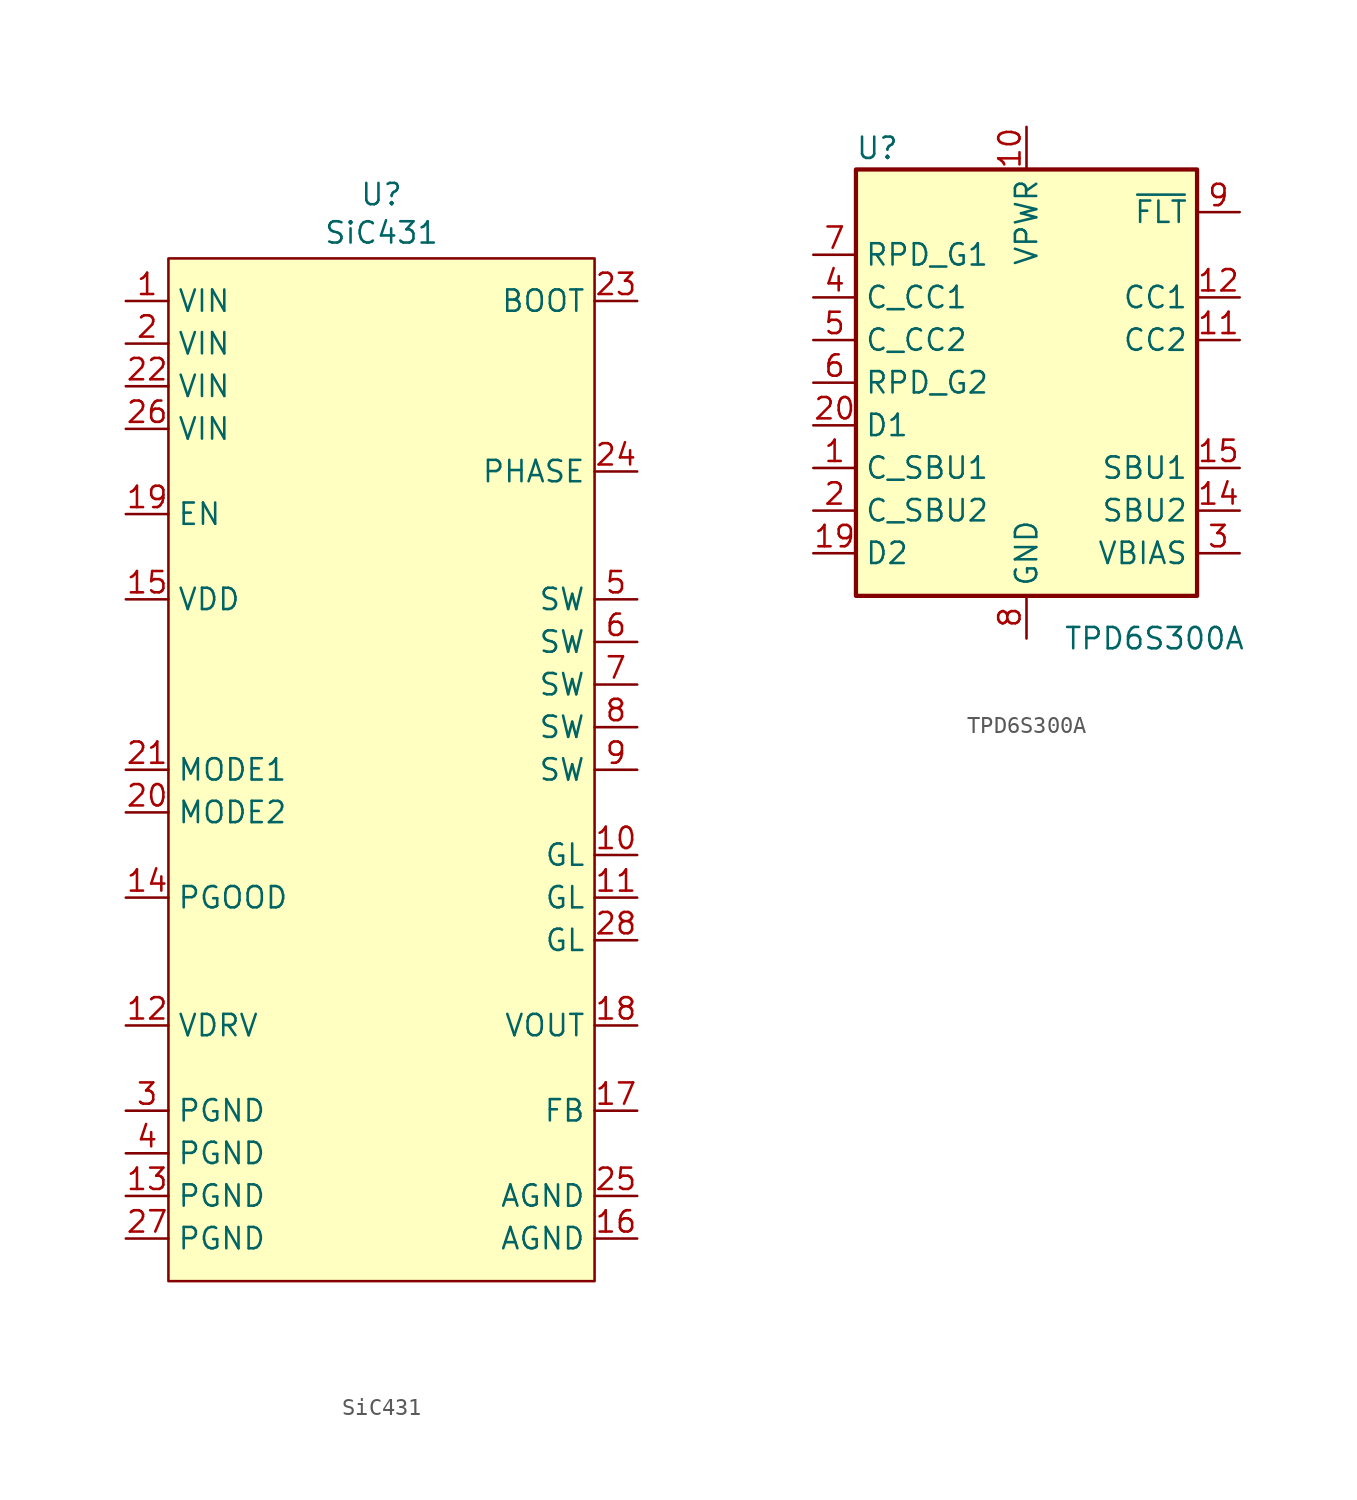
<source format=kicad_sym>
(kicad_symbol_lib
  (version 20231120)
  (generator "kicad_symbol_editor")
  (generator_version "8.0")
  (symbol "SiC431"
    (property "Reference" "U"
      (at 0 34.29 0)
      (effects (font (size 1.27 1.27))))
    (property "Value" "SiC431"
      (at 0 32.004 0)
      (effects (font (size 1.27 1.27))))
    (symbol "SiC431_0_1"
      (rectangle (start -12.7 30.48) (end 12.7 -30.48) (stroke (width 0) (type default)) (fill (type background))))
    (symbol "SiC431_1_1"
      (pin power_in line (at -15.24 27.94 0) (length 2.54) (name "VIN" (effects (font (size 1.27 1.27)))) (number "1" (effects (font (size 1.27 1.27)))))
      (pin unspecified line (at 15.24 -5.08 180) (length 2.54) (name "GL" (effects (font (size 1.27 1.27)))) (number "10" (effects (font (size 1.27 1.27)))))
      (pin unspecified line (at 15.24 -7.62 180) (length 2.54) (name "GL" (effects (font (size 1.27 1.27)))) (number "11" (effects (font (size 1.27 1.27)))))
      (pin passive line (at -15.24 -15.24 0) (length 2.54) (name "VDRV" (effects (font (size 1.27 1.27)))) (number "12" (effects (font (size 1.27 1.27)))))
      (pin power_in line (at -15.24 -25.4 0) (length 2.54) (name "PGND" (effects (font (size 1.27 1.27)))) (number "13" (effects (font (size 1.27 1.27)))))
      (pin open_collector line (at -15.24 -7.62 0) (length 2.54) (name "PGOOD" (effects (font (size 1.27 1.27)))) (number "14" (effects (font (size 1.27 1.27)))))
      (pin power_out line (at -15.24 10.16 0) (length 2.54) (name "VDD" (effects (font (size 1.27 1.27)))) (number "15" (effects (font (size 1.27 1.27)))))
      (pin power_in line (at 15.24 -27.94 180) (length 2.54) (name "AGND" (effects (font (size 1.27 1.27)))) (number "16" (effects (font (size 1.27 1.27)))))
      (pin input line (at 15.24 -20.32 180) (length 2.54) (name "FB" (effects (font (size 1.27 1.27)))) (number "17" (effects (font (size 1.27 1.27)))))
      (pin input line (at 15.24 -15.24 180) (length 2.54) (name "VOUT" (effects (font (size 1.27 1.27)))) (number "18" (effects (font (size 1.27 1.27)))))
      (pin input line (at -15.24 15.24 0) (length 2.54) (name "EN" (effects (font (size 1.27 1.27)))) (number "19" (effects (font (size 1.27 1.27)))))
      (pin power_in line (at -15.24 25.4 0) (length 2.54) (name "VIN" (effects (font (size 1.27 1.27)))) (number "2" (effects (font (size 1.27 1.27)))))
      (pin passive line (at -15.24 -2.54 0) (length 2.54) (name "MODE2" (effects (font (size 1.27 1.27)))) (number "20" (effects (font (size 1.27 1.27)))))
      (pin passive line (at -15.24 0 0) (length 2.54) (name "MODE1" (effects (font (size 1.27 1.27)))) (number "21" (effects (font (size 1.27 1.27)))))
      (pin power_in line (at -15.24 22.86 0) (length 2.54) (name "VIN" (effects (font (size 1.27 1.27)))) (number "22" (effects (font (size 1.27 1.27)))))
      (pin passive line (at 15.24 27.94 180) (length 2.54) (name "BOOT" (effects (font (size 1.27 1.27)))) (number "23" (effects (font (size 1.27 1.27)))))
      (pin passive line (at 15.24 17.78 180) (length 2.54) (name "PHASE" (effects (font (size 1.27 1.27)))) (number "24" (effects (font (size 1.27 1.27)))))
      (pin power_in line (at 15.24 -25.4 180) (length 2.54) (name "AGND" (effects (font (size 1.27 1.27)))) (number "25" (effects (font (size 1.27 1.27)))))
      (pin power_in line (at -15.24 20.32 0) (length 2.54) (name "VIN" (effects (font (size 1.27 1.27)))) (number "26" (effects (font (size 1.27 1.27)))))
      (pin power_in line (at -15.24 -27.94 0) (length 2.54) (name "PGND" (effects (font (size 1.27 1.27)))) (number "27" (effects (font (size 1.27 1.27)))))
      (pin unspecified line (at 15.24 -10.16 180) (length 2.54) (name "GL" (effects (font (size 1.27 1.27)))) (number "28" (effects (font (size 1.27 1.27)))))
      (pin power_in line (at -15.24 -20.32 0) (length 2.54) (name "PGND" (effects (font (size 1.27 1.27)))) (number "3" (effects (font (size 1.27 1.27)))))
      (pin power_in line (at -15.24 -22.86 0) (length 2.54) (name "PGND" (effects (font (size 1.27 1.27)))) (number "4" (effects (font (size 1.27 1.27)))))
      (pin power_out line (at 15.24 10.16 180) (length 2.54) (name "SW" (effects (font (size 1.27 1.27)))) (number "5" (effects (font (size 1.27 1.27)))))
      (pin power_out line (at 15.24 7.62 180) (length 2.54) (name "SW" (effects (font (size 1.27 1.27)))) (number "6" (effects (font (size 1.27 1.27)))))
      (pin power_out line (at 15.24 5.08 180) (length 2.54) (name "SW" (effects (font (size 1.27 1.27)))) (number "7" (effects (font (size 1.27 1.27)))))
      (pin power_out line (at 15.24 2.54 180) (length 2.54) (name "SW" (effects (font (size 1.27 1.27)))) (number "8" (effects (font (size 1.27 1.27)))))
      (pin power_out line (at 15.24 0 180) (length 2.54) (name "SW" (effects (font (size 1.27 1.27)))) (number "9" (effects (font (size 1.27 1.27)))))))
  (symbol "TPD6S300A"
    (property "Reference" "U"
      (at -8.89 13.97 0)
      (effects (font (size 1.27 1.27))))
    (property "Value" "TPD6S300A"
      (at 7.62 -15.24 0)
      (effects (font (size 1.27 1.27))))
    (symbol "TPD6S300A_0_1"
      (rectangle (start -10.16 12.7) (end 10.16 -12.7) (stroke (width 0.254) (type solid)) (fill (type background))))
    (symbol "TPD6S300A_1_1"
      (pin bidirectional line (at -12.7 -5.08 0) (length 2.54) (name "C_SBU1" (effects (font (size 1.27 1.27)))) (number "1" (effects (font (size 1.27 1.27)))))
      (pin power_in line (at 0 15.24 270) (length 2.54) (name "VPWR" (effects (font (size 1.27 1.27)))) (number "10" (effects (font (size 1.27 1.27)))))
      (pin bidirectional line (at 12.7 2.54 180) (length 2.54) (name "CC2" (effects (font (size 1.27 1.27)))) (number "11" (effects (font (size 1.27 1.27)))))
      (pin bidirectional line (at 12.7 5.08 180) (length 2.54) (name "CC1" (effects (font (size 1.27 1.27)))) (number "12" (effects (font (size 1.27 1.27)))))
      (pin passive line (at 0 -15.24 90) (length 2.54) hide (name "GND" (effects (font (size 1.27 1.27)))) (number "13" (effects (font (size 1.27 1.27)))))
      (pin bidirectional line (at 12.7 -7.62 180) (length 2.54) (name "SBU2" (effects (font (size 1.27 1.27)))) (number "14" (effects (font (size 1.27 1.27)))))
      (pin bidirectional line (at 12.7 -5.08 180) (length 2.54) (name "SBU1" (effects (font (size 1.27 1.27)))) (number "15" (effects (font (size 1.27 1.27)))))
      (pin passive line (at 0 -15.24 90) (length 2.54) hide (name "GND" (effects (font (size 1.27 1.27)))) (number "16" (effects (font (size 1.27 1.27)))))
      (pin passive line (at 0 -15.24 90) (length 2.54) hide (name "GND" (effects (font (size 1.27 1.27)))) (number "17" (effects (font (size 1.27 1.27)))))
      (pin passive line (at 0 -15.24 90) (length 2.54) hide (name "GND" (effects (font (size 1.27 1.27)))) (number "18" (effects (font (size 1.27 1.27)))))
      (pin passive line (at -12.7 -10.16 0) (length 2.54) (name "D2" (effects (font (size 1.27 1.27)))) (number "19" (effects (font (size 1.27 1.27)))))
      (pin bidirectional line (at -12.7 -7.62 0) (length 2.54) (name "C_SBU2" (effects (font (size 1.27 1.27)))) (number "2" (effects (font (size 1.27 1.27)))))
      (pin passive line (at -12.7 -2.54 0) (length 2.54) (name "D1" (effects (font (size 1.27 1.27)))) (number "20" (effects (font (size 1.27 1.27)))))
      (pin passive line (at 0 -15.24 90) (length 2.54) hide (name "GND" (effects (font (size 1.27 1.27)))) (number "21" (effects (font (size 1.27 1.27)))))
      (pin passive line (at 12.7 -10.16 180) (length 2.54) (name "VBIAS" (effects (font (size 1.27 1.27)))) (number "3" (effects (font (size 1.27 1.27)))))
      (pin bidirectional line (at -12.7 5.08 0) (length 2.54) (name "C_CC1" (effects (font (size 1.27 1.27)))) (number "4" (effects (font (size 1.27 1.27)))))
      (pin bidirectional line (at -12.7 2.54 0) (length 2.54) (name "C_CC2" (effects (font (size 1.27 1.27)))) (number "5" (effects (font (size 1.27 1.27)))))
      (pin bidirectional line (at -12.7 0 0) (length 2.54) (name "RPD_G2" (effects (font (size 1.27 1.27)))) (number "6" (effects (font (size 1.27 1.27)))))
      (pin bidirectional line (at -12.7 7.62 0) (length 2.54) (name "RPD_G1" (effects (font (size 1.27 1.27)))) (number "7" (effects (font (size 1.27 1.27)))))
      (pin power_in line (at 0 -15.24 90) (length 2.54) (name "GND" (effects (font (size 1.27 1.27)))) (number "8" (effects (font (size 1.27 1.27)))))
      (pin open_collector line (at 12.7 10.16 180) (length 2.54) (name "~{FLT}" (effects (font (size 1.27 1.27)))) (number "9" (effects (font (size 1.27 1.27))))))))
</source>
